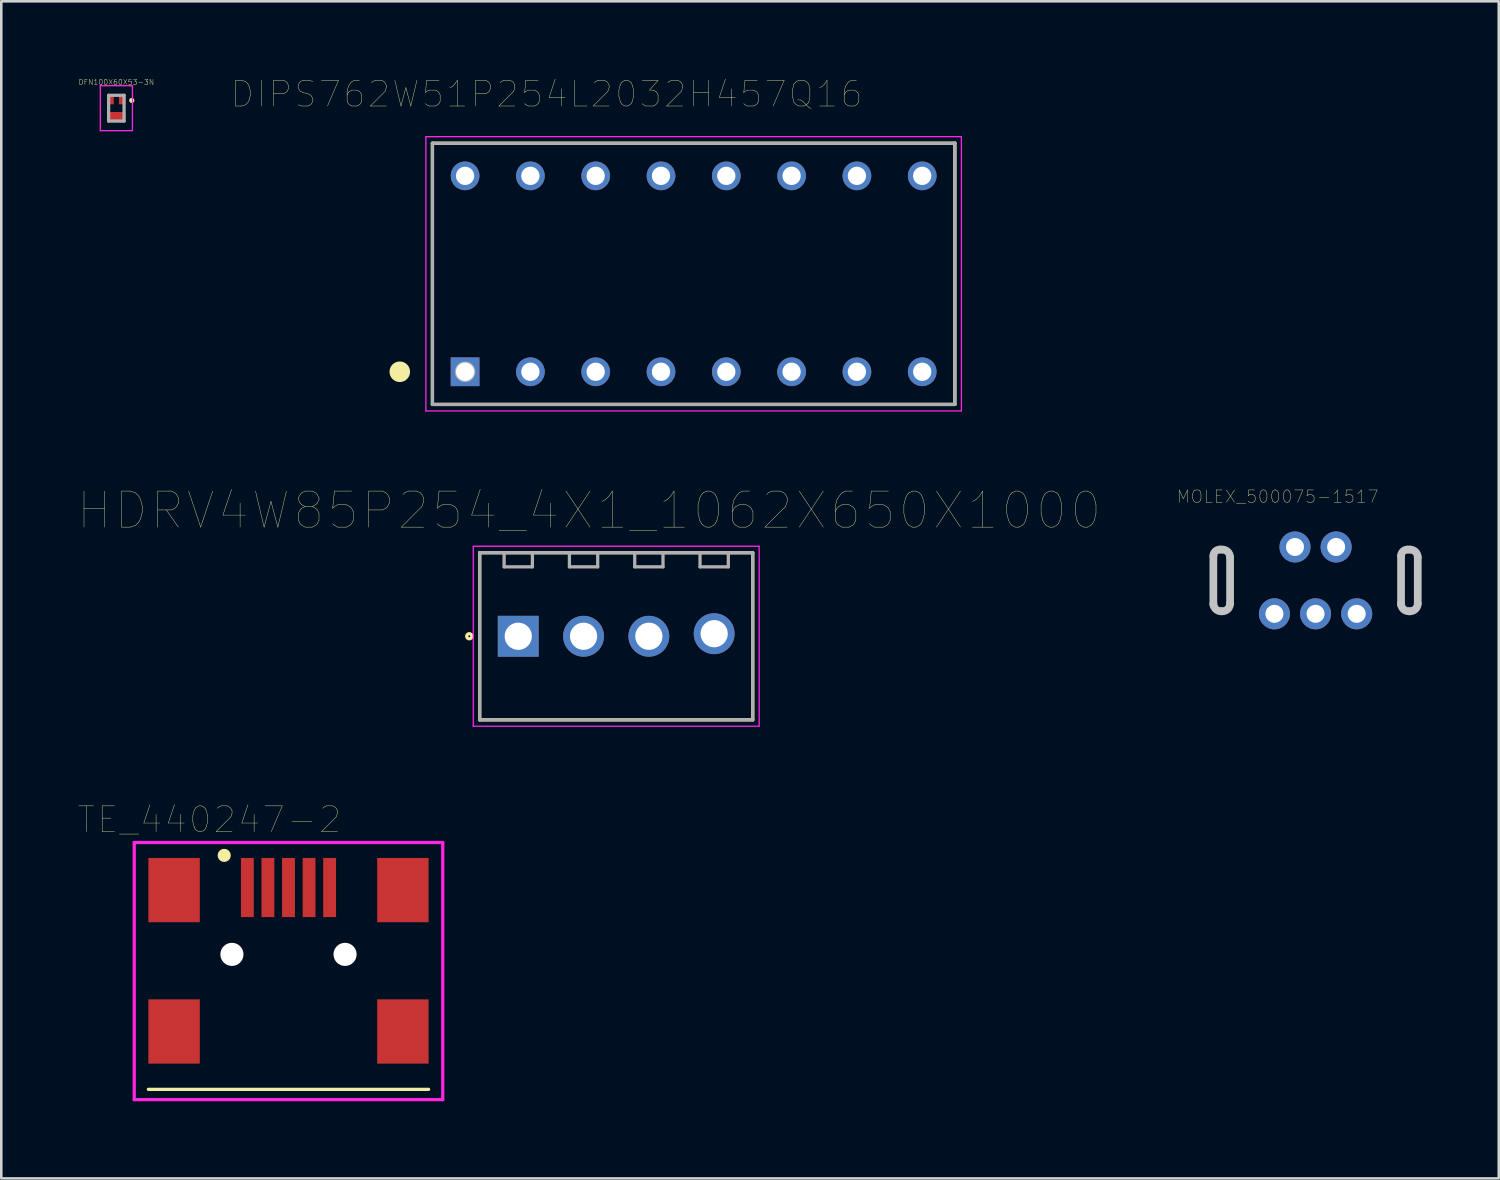
<source format=kicad_pcb>
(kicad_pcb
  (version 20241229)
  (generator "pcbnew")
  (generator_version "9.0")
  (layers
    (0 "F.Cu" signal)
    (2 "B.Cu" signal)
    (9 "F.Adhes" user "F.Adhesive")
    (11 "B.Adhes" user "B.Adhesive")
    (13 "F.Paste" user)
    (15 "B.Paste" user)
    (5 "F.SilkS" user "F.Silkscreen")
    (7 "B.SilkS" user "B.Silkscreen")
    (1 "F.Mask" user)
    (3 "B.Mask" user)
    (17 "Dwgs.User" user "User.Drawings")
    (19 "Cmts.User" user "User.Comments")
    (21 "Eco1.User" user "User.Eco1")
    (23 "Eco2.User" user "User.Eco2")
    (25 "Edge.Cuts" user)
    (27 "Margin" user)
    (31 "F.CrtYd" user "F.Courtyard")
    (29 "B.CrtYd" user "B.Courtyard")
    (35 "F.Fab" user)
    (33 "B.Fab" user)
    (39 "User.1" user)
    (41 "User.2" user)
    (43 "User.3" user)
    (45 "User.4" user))
  (footprint "HDRV4W85P254_4X1_1062X650X1000"
    (layer "F.Cu")
    (at 17.108 21.698)
    (property "Reference" "HDRV4W85P254_4X1_1062X650X1000" (at 2.757 -4.893 0) (layer "F.SilkS") (effects (font (size 1.401 1.401) (thickness 0.015))))
    (attr through_hole)
    (fp_line (start -1.5 -3.25) (end -1.5 3.25) (stroke (width 0.127) (type solid)) (layer "F.SilkS"))
    (fp_line (start -1.5 3.25) (end 9.12 3.25) (stroke (width 0.127) (type solid)) (layer "F.SilkS"))
    (fp_line (start 9.12 -3.25) (end -1.5 -3.25) (stroke (width 0.127) (type solid)) (layer "F.SilkS"))
    (fp_line (start 9.12 3.25) (end 9.12 -3.25) (stroke (width 0.127) (type solid)) (layer "F.SilkS"))
    (fp_circle (center -1.905 0) (end -1.805 0) (stroke (width 0.127) (type solid)) (fill no) (layer "F.SilkS"))
    (fp_line (start -1.75 -3.5) (end 9.37 -3.5) (stroke (width 0.05) (type solid)) (layer "F.CrtYd"))
    (fp_line (start -1.75 3.5) (end -1.75 -3.5) (stroke (width 0.05) (type solid)) (layer "F.CrtYd"))
    (fp_line (start 9.37 -3.5) (end 9.37 3.5) (stroke (width 0.05) (type solid)) (layer "F.CrtYd"))
    (fp_line (start 9.37 3.5) (end -1.75 3.5) (stroke (width 0.05) (type solid)) (layer "F.CrtYd"))
    (fp_line (start -1.5 -3.25) (end 9.12 -3.25) (stroke (width 0.127) (type solid)) (layer "F.Fab"))
    (fp_line (start -1.5 3.25) (end -1.5 -3.25) (stroke (width 0.127) (type solid)) (layer "F.Fab"))
    (fp_line (start -0.55 -2.7) (end -0.55 -3.2) (stroke (width 0.127) (type solid)) (layer "F.Fab"))
    (fp_line (start -0.55 -2.7) (end 0.55 -2.7) (stroke (width 0.127) (type solid)) (layer "F.Fab"))
    (fp_line (start 0.55 -2.7) (end 0.55 -3.2) (stroke (width 0.127) (type solid)) (layer "F.Fab"))
    (fp_line (start 1.99 -2.7) (end 1.99 -3.2) (stroke (width 0.127) (type solid)) (layer "F.Fab"))
    (fp_line (start 1.99 -2.7) (end 3.09 -2.7) (stroke (width 0.127) (type solid)) (layer "F.Fab"))
    (fp_line (start 3.09 -2.7) (end 3.09 -3.2) (stroke (width 0.127) (type solid)) (layer "F.Fab"))
    (fp_line (start 4.53 -2.7) (end 4.53 -3.2) (stroke (width 0.127) (type solid)) (layer "F.Fab"))
    (fp_line (start 4.53 -2.7) (end 5.63 -2.7) (stroke (width 0.127) (type solid)) (layer "F.Fab"))
    (fp_line (start 5.63 -2.7) (end 5.63 -3.2) (stroke (width 0.127) (type solid)) (layer "F.Fab"))
    (fp_line (start 7.07 -2.7) (end 7.07 -3.2) (stroke (width 0.127) (type solid)) (layer "F.Fab"))
    (fp_line (start 7.07 -2.7) (end 8.17 -2.7) (stroke (width 0.127) (type solid)) (layer "F.Fab"))
    (fp_line (start 8.17 -2.7) (end 8.17 -3.2) (stroke (width 0.127) (type solid)) (layer "F.Fab"))
    (fp_line (start 9.12 -3.25) (end 9.12 3.25) (stroke (width 0.127) (type solid)) (layer "F.Fab"))
    (fp_line (start 9.12 3.25) (end -1.5 3.25) (stroke (width 0.127) (type solid)) (layer "F.Fab"))
    (pad "1" thru_hole rect (at 0 0) (size 1.59 1.59) (drill 1.06) (layers "*.Cu" "*.Mask"))
    (pad "2" thru_hole circle (at 2.54 0) (size 1.59 1.59) (drill 1.06) (layers "*.Cu" "*.Mask"))
    (pad "3" thru_hole circle (at 5.08 0) (size 1.59 1.59) (drill 1.06) (layers "*.Cu" "*.Mask"))
    (pad "4" thru_hole circle (at 7.62 -0.1) (size 1.59 1.59) (drill 1.06) (layers "*.Cu" "*.Mask")))
  (footprint "MOLEX_500075-1517"
    (layer "F.Cu")
    (at 48.12 19.575)
    (property "Reference" "MOLEX_500075-1517" (at -1.478 -3.309 0) (layer "F.SilkS") (effects (font (size 0.481 0.481) (thickness 0.015))))
    (attr through_hole)
    (fp_line (start -3.975 -0.999) (end -3.975 0.901) (stroke (width 0.3) (type solid)) (layer "Dwgs.User"))
    (fp_line (start -3.975 -0.947) (end -3.973 -0.947) (stroke (width 0.1) (type solid)) (layer "Dwgs.User"))
    (fp_line (start -3.973 -0.947) (end -3.973 0.866) (stroke (width 0.025) (type solid)) (layer "Dwgs.User"))
    (fp_line (start -3.675 1.151) (end -3.625 1.151) (stroke (width 0.025) (type solid)) (layer "Dwgs.User"))
    (fp_line (start -3.675 1.151) (end -3.625 1.151) (stroke (width 0.3) (type solid)) (layer "Dwgs.User"))
    (fp_line (start -3.65 -1.249) (end -3.673 -1.249) (stroke (width 0.025) (type solid)) (layer "Dwgs.User"))
    (fp_line (start -3.625 -1.249) (end -3.725 -1.249) (stroke (width 0.3) (type solid)) (layer "Dwgs.User"))
    (fp_line (start -3.325 0.851) (end -3.325 -0.949) (stroke (width 0.3) (type solid)) (layer "Dwgs.User"))
    (fp_line (start -3.325 0.851) (end -3.325 -0.924) (stroke (width 0.025) (type solid)) (layer "Dwgs.User"))
    (fp_line (start 3.325 -0.999) (end 3.325 0.901) (stroke (width 0.3) (type solid)) (layer "Dwgs.User"))
    (fp_line (start 3.325 -0.947) (end 3.327 -0.947) (stroke (width 0.1) (type solid)) (layer "Dwgs.User"))
    (fp_line (start 3.327 -0.947) (end 3.327 0.866) (stroke (width 0.025) (type solid)) (layer "Dwgs.User"))
    (fp_line (start 3.625 1.151) (end 3.675 1.151) (stroke (width 0.025) (type solid)) (layer "Dwgs.User"))
    (fp_line (start 3.625 1.151) (end 3.675 1.151) (stroke (width 0.3) (type solid)) (layer "Dwgs.User"))
    (fp_line (start 3.65 -1.249) (end 3.627 -1.249) (stroke (width 0.025) (type solid)) (layer "Dwgs.User"))
    (fp_line (start 3.675 -1.249) (end 3.575 -1.249) (stroke (width 0.3) (type solid)) (layer "Dwgs.User"))
    (fp_line (start 3.975 0.851) (end 3.975 -0.949) (stroke (width 0.3) (type solid)) (layer "Dwgs.User"))
    (fp_line (start 3.975 0.851) (end 3.975 -0.924) (stroke (width 0.025) (type solid)) (layer "Dwgs.User"))
    (fp_arc (start -3.97506 -0.999241) (mid -3.901837 -1.176017) (end -3.725061 -1.24924) (stroke (width 0.3) (type solid)) (layer "Dwgs.User"))
    (fp_arc (start -3.97506 -0.947081) (mid -3.886656 -1.160506) (end -3.673231 -1.24891) (stroke (width 0.025) (type solid)) (layer "Dwgs.User"))
    (fp_arc (start -3.67506 1.15076) (mid -3.887192 1.062892) (end -3.97506 0.85076) (stroke (width 0.025) (type solid)) (layer "Dwgs.User"))
    (fp_arc (start -3.67506 1.15076) (mid -3.887192 1.062892) (end -3.97506 0.85076) (stroke (width 0.3) (type solid)) (layer "Dwgs.User"))
    (fp_arc (start -3.64992 -1.24891) (mid -3.420209 -1.153761) (end -3.32506 -0.92405) (stroke (width 0.025) (type solid)) (layer "Dwgs.User"))
    (fp_arc (start -3.62506 -1.24924) (mid -3.412929 -1.161372) (end -3.325061 -0.949241) (stroke (width 0.3) (type solid)) (layer "Dwgs.User"))
    (fp_arc (start -3.32506 0.850759) (mid -3.412928 1.062892) (end -3.62506 1.150761) (stroke (width 0.025) (type solid)) (layer "Dwgs.User"))
    (fp_arc (start -3.32506 0.850759) (mid -3.412928 1.062892) (end -3.62506 1.150761) (stroke (width 0.3) (type solid)) (layer "Dwgs.User"))
    (fp_arc (start 3.32494 -0.999241) (mid 3.398163 -1.176018) (end 3.57494 -1.249241) (stroke (width 0.3) (type solid)) (layer "Dwgs.User"))
    (fp_arc (start 3.32494 -0.947081) (mid 3.413344 -1.160507) (end 3.62677 -1.248911) (stroke (width 0.025) (type solid)) (layer "Dwgs.User"))
    (fp_arc (start 3.62494 1.15076) (mid 3.412808 1.062891) (end 3.324941 0.850759) (stroke (width 0.025) (type solid)) (layer "Dwgs.User"))
    (fp_arc (start 3.62494 1.15076) (mid 3.412808 1.062891) (end 3.324941 0.850759) (stroke (width 0.3) (type solid)) (layer "Dwgs.User"))
    (fp_arc (start 3.65008 -1.24891) (mid 3.879791 -1.153761) (end 3.97494 -0.92405) (stroke (width 0.025) (type solid)) (layer "Dwgs.User"))
    (fp_arc (start 3.67494 -1.24924) (mid 3.887072 -1.161373) (end 3.97494 -0.949242) (stroke (width 0.3) (type solid)) (layer "Dwgs.User"))
    (fp_arc (start 3.97494 0.850759) (mid 3.887073 1.062891) (end 3.674941 1.15076) (stroke (width 0.025) (type solid)) (layer "Dwgs.User"))
    (fp_arc (start 3.97494 0.850759) (mid 3.887073 1.062891) (end 3.674941 1.15076) (stroke (width 0.3) (type solid)) (layer "Dwgs.User"))
    (pad "D" thru_hole circle (at 0.8 -1.35) (size 1.208 1.208) (drill 0.7) (layers "*.Cu" "*.Mask"))
    (pad "D+" thru_hole circle (at 0 1.25) (size 1.208 1.208) (drill 0.7) (layers "*.Cu" "*.Mask"))
    (pad "GND" thru_hole circle (at -1.6 1.25) (size 1.208 1.208) (drill 0.7) (layers "*.Cu" "*.Mask"))
    (pad "ID" thru_hole circle (at -0.8 -1.35) (size 1.208 1.208) (drill 0.7) (layers "*.Cu" "*.Mask"))
    (pad "VBUS" thru_hole circle (at 1.6 1.25) (size 1.208 1.208) (drill 0.7) (layers "*.Cu" "*.Mask")))
  (footprint "DIPS762W51P254L2032H457Q16"
    (layer "F.Cu")
    (at 23.93 7.6)
    (property "Reference" "DIPS762W51P254L2032H457Q16" (at -5.717 -6.988 0) (layer "F.SilkS") (effects (font (size 1 1) (thickness 0.015))))
    (attr through_hole)
    (fp_line (start -10.16 -5.08) (end 10.16 -5.08) (stroke (width 0.127) (type solid)) (layer "F.SilkS"))
    (fp_line (start -10.16 5.08) (end -10.16 -5.08) (stroke (width 0.127) (type solid)) (layer "F.SilkS"))
    (fp_line (start 10.16 -5.08) (end 10.16 5.08) (stroke (width 0.127) (type solid)) (layer "F.SilkS"))
    (fp_line (start 10.16 5.08) (end -10.16 5.08) (stroke (width 0.127) (type solid)) (layer "F.SilkS"))
    (fp_circle (center -11.43 3.81) (end -11.23 3.81) (stroke (width 0.4) (type solid)) (fill no) (layer "F.SilkS"))
    (fp_line (start -10.414 -5.334) (end 10.414 -5.334) (stroke (width 0.05) (type solid)) (layer "F.CrtYd"))
    (fp_line (start -10.414 5.334) (end -10.414 -5.334) (stroke (width 0.05) (type solid)) (layer "F.CrtYd"))
    (fp_line (start 10.414 -5.334) (end 10.414 5.334) (stroke (width 0.05) (type solid)) (layer "F.CrtYd"))
    (fp_line (start 10.414 5.334) (end -10.414 5.334) (stroke (width 0.05) (type solid)) (layer "F.CrtYd"))
    (fp_line (start -10.16 -5.08) (end 10.16 -5.08) (stroke (width 0.127) (type solid)) (layer "F.Fab"))
    (fp_line (start -10.16 5.08) (end -10.16 -5.08) (stroke (width 0.127) (type solid)) (layer "F.Fab"))
    (fp_line (start 10.16 -5.08) (end 10.16 5.08) (stroke (width 0.127) (type solid)) (layer "F.Fab"))
    (fp_line (start 10.16 5.08) (end -10.16 5.08) (stroke (width 0.127) (type solid)) (layer "F.Fab"))
    (fp_circle (center -8.89 3.81) (end -8.69 3.81) (stroke (width 0.4) (type solid)) (fill no) (layer "F.Fab"))
    (pad "1" thru_hole rect (at -8.89 3.81) (size 1.118 1.118) (drill 0.711) (layers "*.Cu" "*.Mask"))
    (pad "2" thru_hole circle (at -6.35 3.81) (size 1.118 1.118) (drill 0.711) (layers "*.Cu" "*.Mask"))
    (pad "3" thru_hole circle (at -3.81 3.81) (size 1.118 1.118) (drill 0.711) (layers "*.Cu" "*.Mask"))
    (pad "4" thru_hole circle (at -1.27 3.81) (size 1.118 1.118) (drill 0.711) (layers "*.Cu" "*.Mask"))
    (pad "5" thru_hole circle (at 1.27 3.81) (size 1.118 1.118) (drill 0.711) (layers "*.Cu" "*.Mask"))
    (pad "6" thru_hole circle (at 3.81 3.81) (size 1.118 1.118) (drill 0.711) (layers "*.Cu" "*.Mask"))
    (pad "7" thru_hole circle (at 6.35 3.81) (size 1.118 1.118) (drill 0.711) (layers "*.Cu" "*.Mask"))
    (pad "8" thru_hole circle (at 8.89 3.81) (size 1.118 1.118) (drill 0.711) (layers "*.Cu" "*.Mask"))
    (pad "9" thru_hole circle (at 8.89 -3.81) (size 1.118 1.118) (drill 0.711) (layers "*.Cu" "*.Mask"))
    (pad "10" thru_hole circle (at 6.35 -3.81) (size 1.118 1.118) (drill 0.711) (layers "*.Cu" "*.Mask"))
    (pad "11" thru_hole circle (at 3.81 -3.81) (size 1.118 1.118) (drill 0.711) (layers "*.Cu" "*.Mask"))
    (pad "12" thru_hole circle (at 1.27 -3.81) (size 1.118 1.118) (drill 0.711) (layers "*.Cu" "*.Mask"))
    (pad "13" thru_hole circle (at -1.27 -3.81) (size 1.118 1.118) (drill 0.711) (layers "*.Cu" "*.Mask"))
    (pad "14" thru_hole circle (at -3.81 -3.81) (size 1.118 1.118) (drill 0.711) (layers "*.Cu" "*.Mask"))
    (pad "15" thru_hole circle (at -6.35 -3.81) (size 1.118 1.118) (drill 0.711) (layers "*.Cu" "*.Mask"))
    (pad "16" thru_hole circle (at -8.89 -3.81) (size 1.118 1.118) (drill 0.711) (layers "*.Cu" "*.Mask")))
  (footprint "DFN100X60X53-3N"
    (layer "F.Cu")
    (at 1.476 1.157)
    (property "Reference" "DFN100X60X53-3N" (at 0.000001 -1.013 0) (layer "F.SilkS") (effects (font (size 0.2 0.2) (thickness 0.015))))
    (attr through_hole)
    (fp_circle (center 0.6 -0.3) (end 0.65 -0.3) (stroke (width 0.1) (type solid)) (fill no) (layer "F.SilkS"))
    (fp_line (start -0.625 -0.875) (end -0.625 0.875) (stroke (width 0.05) (type solid)) (layer "F.CrtYd"))
    (fp_line (start -0.625 0.875) (end 0.625 0.875) (stroke (width 0.05) (type solid)) (layer "F.CrtYd"))
    (fp_line (start 0.625 -0.875) (end -0.625 -0.875) (stroke (width 0.05) (type solid)) (layer "F.CrtYd"))
    (fp_line (start 0.625 0.875) (end 0.625 -0.875) (stroke (width 0.05) (type solid)) (layer "F.CrtYd"))
    (fp_line (start -0.3 -0.5) (end -0.3 0.5) (stroke (width 0.127) (type solid)) (layer "F.Fab"))
    (fp_line (start -0.3 0.5) (end 0.3 0.5) (stroke (width 0.127) (type solid)) (layer "F.Fab"))
    (fp_line (start 0.3 -0.5) (end -0.3 -0.5) (stroke (width 0.127) (type solid)) (layer "F.Fab"))
    (fp_line (start 0.3 0.5) (end 0.3 -0.5) (stroke (width 0.127) (type solid)) (layer "F.Fab"))
    (pad "1" smd rect (at 0.225 -0.35) (size 0.25 0.4) (layers "F.Cu" "F.Mask" "F.Paste"))
    (pad "2" smd rect (at -0.225 -0.35) (size 0.25 0.4) (layers "F.Cu" "F.Mask" "F.Paste"))
    (pad "3" smd rect (at 0 0.35) (size 0.7 0.4) (layers "F.Cu" "F.Mask" "F.Paste")))
  (footprint "TE_440247-2"
    (layer "F.Cu")
    (at 8.171 31.471)
    (property "Reference" "TE_440247-2" (at -3.077 -2.637 0) (layer "F.SilkS") (effects (font (size 1.001 1.001) (thickness 0.015))))
    (attr through_hole)
    (fp_line (start -5.45 7.85) (end 5.45 7.85) (stroke (width 0.127) (type solid)) (layer "F.SilkS"))
    (fp_circle (center -2.5 -1.25) (end -2.246 -1.25) (stroke (width 0) (type solid)) (fill yes) (layer "F.SilkS"))
    (fp_line (start -6 -1.75) (end 6 -1.75) (stroke (width 0.127) (type solid)) (layer "F.CrtYd"))
    (fp_line (start -6 8.25) (end -6 -1.75) (stroke (width 0.127) (type solid)) (layer "F.CrtYd"))
    (fp_line (start 6 -1.75) (end 6 8.25) (stroke (width 0.127) (type solid)) (layer "F.CrtYd"))
    (fp_line (start 6 8.25) (end -6 8.25) (stroke (width 0.127) (type solid)) (layer "F.CrtYd"))
    (pad "" np_thru_hole circle (at -2.2 2.6) (size 0.9 0.9) (drill 0.9) (layers "*.Cu" "*.Mask"))
    (pad "" np_thru_hole circle (at 2.2 2.6) (size 0.9 0.9) (drill 0.9) (layers "*.Cu" "*.Mask"))
    (pad "1" smd rect (at -1.6 0) (size 0.5 2.3) (layers "F.Cu" "F.Mask" "F.Paste"))
    (pad "2" smd rect (at -0.8 0) (size 0.5 2.3) (layers "F.Cu" "F.Mask" "F.Paste"))
    (pad "3" smd rect (at 0 0) (size 0.5 2.3) (layers "F.Cu" "F.Mask" "F.Paste"))
    (pad "4" smd rect (at 0.8 0) (size 0.5 2.3) (layers "F.Cu" "F.Mask" "F.Paste"))
    (pad "5" smd rect (at 1.6 0) (size 0.5 2.3) (layers "F.Cu" "F.Mask" "F.Paste"))
    (pad "P1" smd rect (at -4.45 0.1) (size 2 2.5) (layers "F.Cu" "F.Mask" "F.Paste"))
    (pad "P2" smd rect (at 4.45 0.1) (size 2 2.5) (layers "F.Cu" "F.Mask" "F.Paste"))
    (pad "P3" smd rect (at 4.45 5.6) (size 2 2.5) (layers "F.Cu" "F.Mask" "F.Paste"))
    (pad "P4" smd rect (at -4.45 5.6) (size 2 2.5) (layers "F.Cu" "F.Mask" "F.Paste")))
  (gr_rect
    (start -3 -3)
    (end 55.245 42.785)
    (stroke (width 0.1) (type default))
    (fill no)
    (layer "Edge.Cuts")))
</source>
